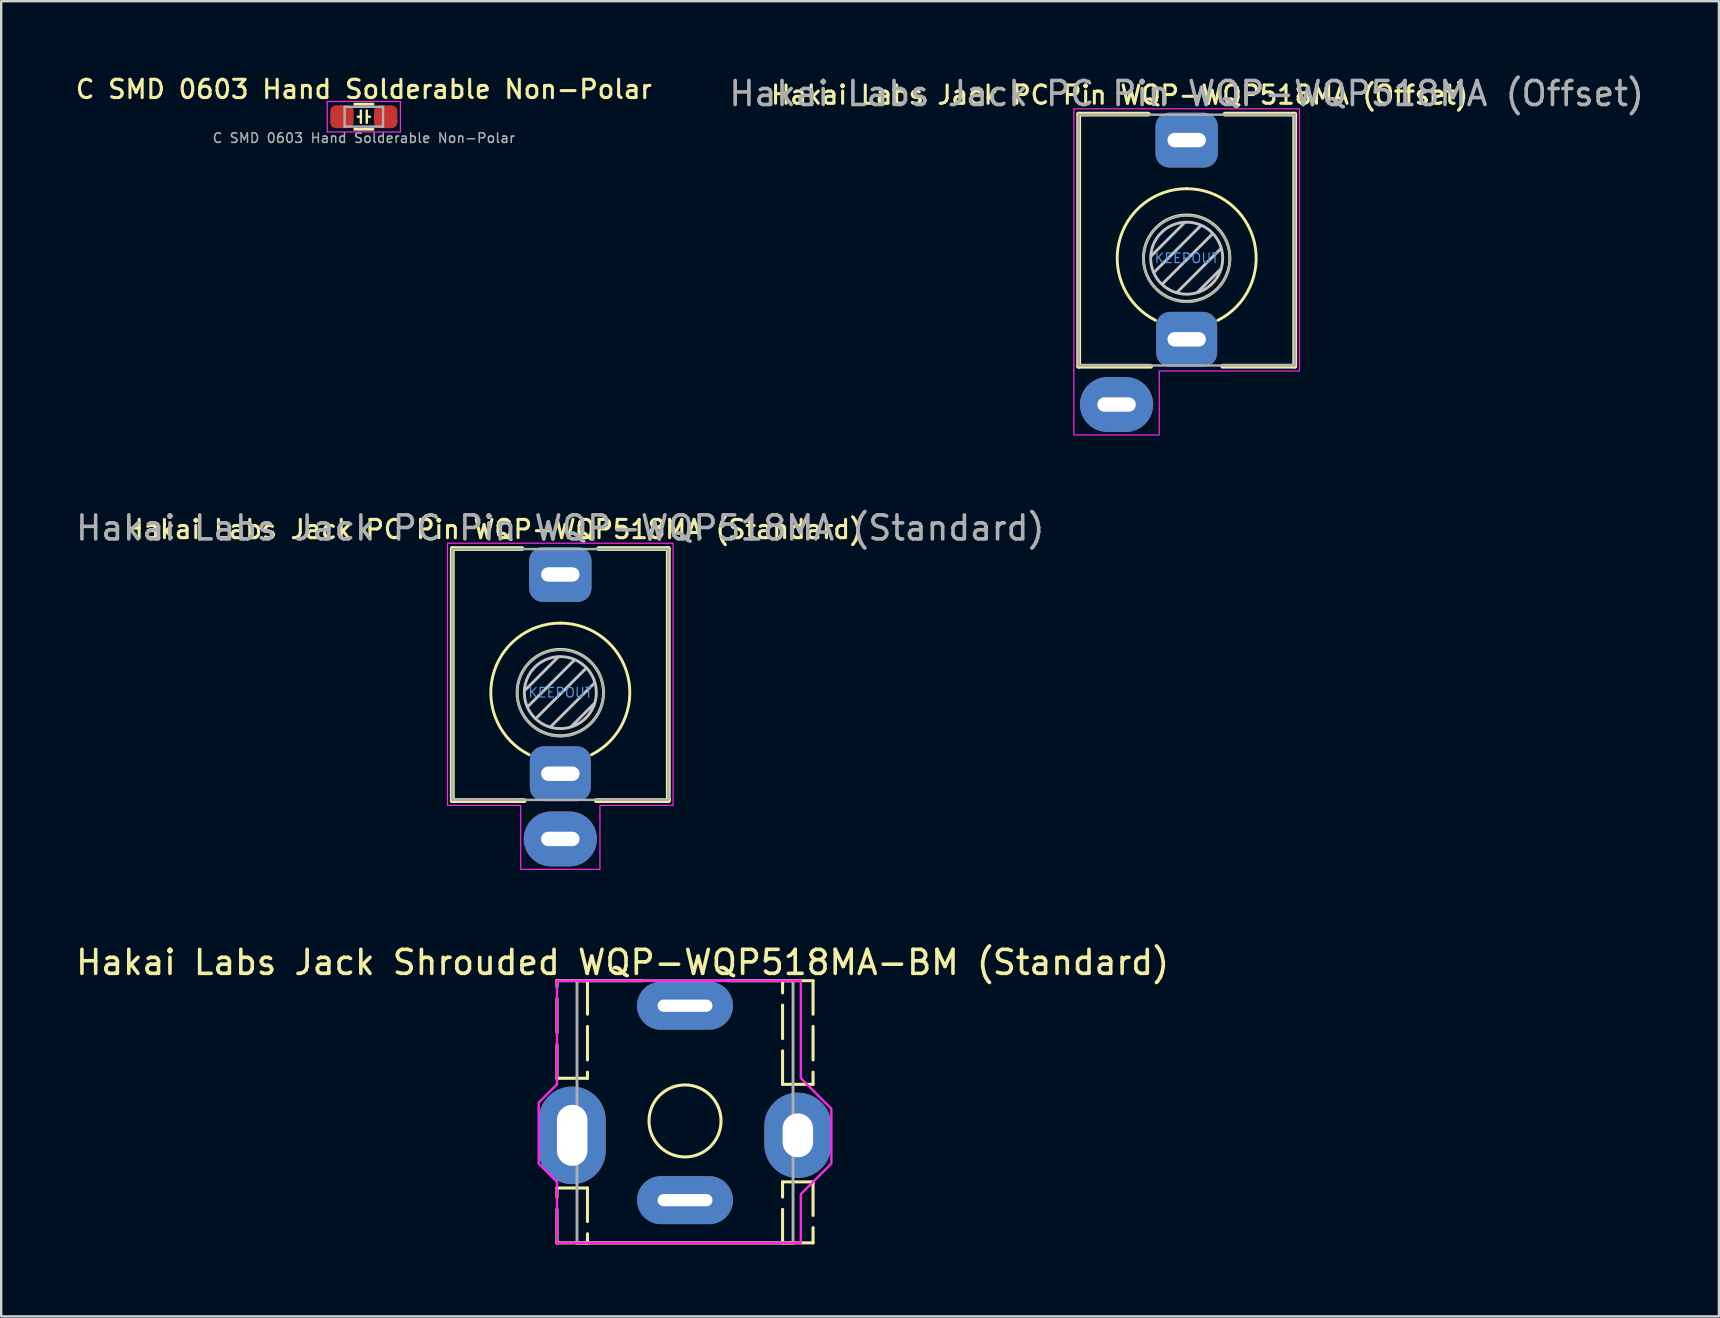
<source format=kicad_pcb>
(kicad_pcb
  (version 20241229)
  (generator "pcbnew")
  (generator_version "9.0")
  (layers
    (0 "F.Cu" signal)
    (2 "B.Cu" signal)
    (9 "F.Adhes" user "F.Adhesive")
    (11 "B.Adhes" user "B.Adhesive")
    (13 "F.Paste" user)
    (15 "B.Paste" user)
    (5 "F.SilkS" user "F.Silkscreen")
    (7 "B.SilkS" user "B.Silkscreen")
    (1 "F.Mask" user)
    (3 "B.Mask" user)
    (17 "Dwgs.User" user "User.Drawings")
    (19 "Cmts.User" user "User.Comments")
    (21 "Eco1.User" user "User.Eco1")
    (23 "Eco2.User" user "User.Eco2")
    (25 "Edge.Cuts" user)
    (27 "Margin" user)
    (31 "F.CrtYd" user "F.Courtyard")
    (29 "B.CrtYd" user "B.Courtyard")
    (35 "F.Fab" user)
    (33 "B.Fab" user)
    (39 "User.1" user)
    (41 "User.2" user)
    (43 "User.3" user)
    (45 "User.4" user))
  (footprint "C SMD 0603 Hand Solderable Non-Polar"
    (layer "F.Cu")
    (at 12.107 1.812)
    (property "Reference" "C SMD 0603 Hand Solderable Non-Polar" (at 0 -1.143 0) (layer "F.SilkS") (effects (font (size 0.762 0.762) (thickness 0.127))))
    (attr smd)
    (fp_line (start -0.381 -0.522) (end 0.381 -0.522) (stroke (width 0.12) (type solid)) (layer "F.SilkS"))
    (fp_line (start -0.381 0.522) (end 0.381 0.522) (stroke (width 0.12) (type solid)) (layer "F.SilkS"))
    (fp_line (start -0.124 -0.254) (end -0.124 0.254) (stroke (width 0.1) (type default)) (layer "F.SilkS"))
    (fp_line (start -0.124 0) (end -0.254 0) (stroke (width 0.1) (type default)) (layer "F.SilkS"))
    (fp_line (start 0.123 -0.255) (end 0.123 0.253) (stroke (width 0.1) (type default)) (layer "F.SilkS"))
    (fp_line (start 0.123 -0.001) (end 0.254 0) (stroke (width 0.1) (type default)) (layer "F.SilkS"))
    (fp_line (start -1.524 -0.635) (end 1.524 -0.635) (stroke (width 0.05) (type solid)) (layer "F.CrtYd"))
    (fp_line (start -1.524 0.635) (end -1.524 -0.635) (stroke (width 0.05) (type solid)) (layer "F.CrtYd"))
    (fp_line (start 1.524 -0.635) (end 1.524 0.635) (stroke (width 0.05) (type solid)) (layer "F.CrtYd"))
    (fp_line (start 1.524 0.635) (end -1.524 0.635) (stroke (width 0.05) (type solid)) (layer "F.CrtYd"))
    (fp_line (start -0.8 -0.412) (end 0.8 -0.412) (stroke (width 0.1) (type solid)) (layer "F.Fab"))
    (fp_line (start -0.8 0.412) (end -0.8 -0.412) (stroke (width 0.1) (type solid)) (layer "F.Fab"))
    (fp_line (start 0.8 -0.412) (end 0.8 0.412) (stroke (width 0.1) (type solid)) (layer "F.Fab"))
    (fp_line (start 0.8 0.412) (end -0.8 0.412) (stroke (width 0.1) (type solid)) (layer "F.Fab"))
    (fp_text user "${REFERENCE}" (at 0 0.889 0) (layer "F.Fab") (effects (font (size 0.4 0.4) (thickness 0.06))))
    (pad "1" smd roundrect (at -0.912 0) (size 0.975 0.95) (layers "F.Cu" "F.Mask" "F.Paste") (roundrect_rratio 0.25))
    (pad "2" smd roundrect (at 0.912 0) (size 0.975 0.95) (layers "F.Cu" "F.Mask" "F.Paste") (roundrect_rratio 0.25)))
  (footprint "Hakai Labs Jack PC Pin WQP-WQP518MA (Offset)"
    (layer "F.Cu")
    (at 46.386 7.706)
    (property "Reference" "Hakai Labs Jack PC Pin WQP-WQP518MA (Offset)" (at -2.794 -6.8 0) (layer "F.SilkS") (effects (font (size 0.762 0.762) (thickness 0.127) (bold yes))))
    (attr through_hole)
    (fp_line (start -4.5 -6) (end -1.6 -6) (stroke (width 0.2) (type solid)) (layer "F.SilkS"))
    (fp_line (start -4.5 4.5) (end -4.5 -6) (stroke (width 0.2) (type solid)) (layer "F.SilkS"))
    (fp_line (start -4.5 4.5) (end -1.5 4.5) (stroke (width 0.2) (type solid)) (layer "F.SilkS"))
    (fp_line (start 1.5 4.5) (end 4.5 4.5) (stroke (width 0.2) (type solid)) (layer "F.SilkS"))
    (fp_line (start 1.6 -6) (end 4.5 -6) (stroke (width 0.2) (type solid)) (layer "F.SilkS"))
    (fp_line (start 4.5 4.5) (end 4.5 -6) (stroke (width 0.2) (type solid)) (layer "F.SilkS"))
    (fp_arc (start -1.296263 2.588577) (mid -2.817353 -0.665994) (end 0 -2.895) (stroke (width 0.12) (type solid)) (layer "F.SilkS"))
    (fp_arc (start 0 -2.895) (mid 2.817353 -0.665994) (end 1.296263 2.588577) (stroke (width 0.12) (type solid)) (layer "F.SilkS"))
    (fp_circle (center 0 0) (end -1.8 0) (stroke (width 0.12) (type solid)) (fill no) (layer "F.SilkS"))
    (fp_line (start -0.09 -1.48) (end -1.48 -0.09) (stroke (width 0.12) (type solid)) (layer "Dwgs.User"))
    (fp_line (start 0.58 -1.35) (end -1.36 0.59) (stroke (width 0.12) (type solid)) (layer "Dwgs.User"))
    (fp_line (start 1.07 -1.01) (end -1.01 1.07) (stroke (width 0.12) (type solid)) (layer "Dwgs.User"))
    (fp_line (start 1.41 0.46) (end 0.46 1.41) (stroke (width 0.12) (type solid)) (layer "Dwgs.User"))
    (fp_line (start 1.42 -0.395) (end -0.4 1.42) (stroke (width 0.12) (type solid)) (layer "Dwgs.User"))
    (fp_circle (center 0 0) (end -1.5 0) (stroke (width 0.12) (type solid)) (fill no) (layer "Dwgs.User"))
    (fp_poly (pts (xy -4.699 -6.223) (xy 4.699 -6.223) (xy 4.699 4.699) (xy -1.143 4.699) (xy -1.143 7.366) (xy -4.699 7.366) (xy -4.699 4.699)) (stroke (width 0.05) (type solid)) (fill no) (layer "F.CrtYd"))
    (fp_line (start -4.5 -5.98) (end -4.5 4.42) (stroke (width 0.1) (type solid)) (layer "F.Fab"))
    (fp_line (start -4.5 -5.98) (end 4.5 -5.98) (stroke (width 0.1) (type solid)) (layer "F.Fab"))
    (fp_line (start -4.5 4.47) (end 4.5 4.47) (stroke (width 0.1) (type solid)) (layer "F.Fab"))
    (fp_line (start 4.5 -5.98) (end 4.5 4.42) (stroke (width 0.1) (type solid)) (layer "F.Fab"))
    (fp_circle (center 0 0.02) (end -1.8 0.02) (stroke (width 0.1) (type solid)) (fill no) (layer "F.Fab"))
    (fp_text user "KEEPOUT" (at 0 0 180) (layer "Cmts.User") (effects (font (size 0.4 0.4) (thickness 0.051))))
    (fp_text user "${REFERENCE}" (at 0 -6.858 0) (layer "F.Fab") (effects (font (size 1 1) (thickness 0.15))))
    (pad "1" thru_hole oval (at -2.921 6.096) (size 3.048 2.286) (drill oval 1.6 0.6) (layers "*.Cu" "*.Mask"))
    (pad "2" thru_hole roundrect (at 0 3.38) (size 2.54 2.286) (drill oval 1.6 0.6) (layers "*.Cu" "*.Mask") (roundrect_rratio 0.25))
    (pad "3" thru_hole roundrect (at 0 -4.92) (size 2.6 2.286) (drill oval 1.6 0.6) (layers "*.Cu" "*.Mask") (roundrect_rratio 0.25)))
  (footprint "Hakai Labs Jack PC Pin WQP-WQP518MA (Standard)"
    (layer "F.Cu")
    (at 20.292 25.803)
    (property "Reference" "Hakai Labs Jack PC Pin WQP-WQP518MA (Standard)" (at -2.794 -6.8 0) (layer "F.SilkS") (effects (font (size 0.762 0.762) (thickness 0.127) (bold yes))))
    (attr through_hole)
    (fp_line (start -4.5 -6) (end -1.6 -6) (stroke (width 0.2) (type solid)) (layer "F.SilkS"))
    (fp_line (start -4.5 4.5) (end -4.5 -6) (stroke (width 0.2) (type solid)) (layer "F.SilkS"))
    (fp_line (start -4.5 4.5) (end -1.5 4.5) (stroke (width 0.2) (type solid)) (layer "F.SilkS"))
    (fp_line (start 1.5 4.5) (end 4.5 4.5) (stroke (width 0.2) (type solid)) (layer "F.SilkS"))
    (fp_line (start 1.6 -6) (end 4.5 -6) (stroke (width 0.2) (type solid)) (layer "F.SilkS"))
    (fp_line (start 4.5 4.5) (end 4.5 -6) (stroke (width 0.2) (type solid)) (layer "F.SilkS"))
    (fp_arc (start -1.296263 2.588577) (mid -2.817353 -0.665994) (end 0 -2.895) (stroke (width 0.12) (type solid)) (layer "F.SilkS"))
    (fp_arc (start 0 -2.895) (mid 2.817353 -0.665994) (end 1.296263 2.588577) (stroke (width 0.12) (type solid)) (layer "F.SilkS"))
    (fp_circle (center 0 0) (end -1.8 0) (stroke (width 0.12) (type solid)) (fill no) (layer "F.SilkS"))
    (fp_line (start -0.09 -1.48) (end -1.48 -0.09) (stroke (width 0.12) (type solid)) (layer "Dwgs.User"))
    (fp_line (start 0.58 -1.35) (end -1.36 0.59) (stroke (width 0.12) (type solid)) (layer "Dwgs.User"))
    (fp_line (start 1.07 -1.01) (end -1.01 1.07) (stroke (width 0.12) (type solid)) (layer "Dwgs.User"))
    (fp_line (start 1.41 0.46) (end 0.46 1.41) (stroke (width 0.12) (type solid)) (layer "Dwgs.User"))
    (fp_line (start 1.42 -0.395) (end -0.4 1.42) (stroke (width 0.12) (type solid)) (layer "Dwgs.User"))
    (fp_circle (center 0 0) (end -1.5 0) (stroke (width 0.12) (type solid)) (fill no) (layer "Dwgs.User"))
    (fp_poly (pts (xy -4.699 -6.223) (xy 4.699 -6.223) (xy 4.699 4.699) (xy 1.651 4.699) (xy 1.651 7.366) (xy -1.651 7.366) (xy -1.651 4.699) (xy -4.699 4.699)) (stroke (width 0.05) (type solid)) (fill no) (layer "F.CrtYd"))
    (fp_line (start -4.5 -5.98) (end -4.5 4.42) (stroke (width 0.1) (type solid)) (layer "F.Fab"))
    (fp_line (start -4.5 -5.98) (end 4.5 -5.98) (stroke (width 0.1) (type solid)) (layer "F.Fab"))
    (fp_line (start -4.5 4.47) (end 4.5 4.47) (stroke (width 0.1) (type solid)) (layer "F.Fab"))
    (fp_line (start 4.5 -5.98) (end 4.5 4.42) (stroke (width 0.1) (type solid)) (layer "F.Fab"))
    (fp_circle (center 0 0.02) (end -1.8 0.02) (stroke (width 0.1) (type solid)) (fill no) (layer "F.Fab"))
    (fp_text user "KEEPOUT" (at 0 0 180) (layer "Cmts.User") (effects (font (size 0.4 0.4) (thickness 0.051))))
    (fp_text user "${REFERENCE}" (at 0 -6.858 0) (layer "F.Fab") (effects (font (size 1 1) (thickness 0.15))))
    (pad "1" thru_hole oval (at 0 6.096) (size 3.048 2.286) (drill oval 1.6 0.6) (layers "*.Cu" "*.Mask"))
    (pad "2" thru_hole roundrect (at 0 3.38) (size 2.54 2.286) (drill oval 1.6 0.6) (layers "*.Cu" "*.Mask") (roundrect_rratio 0.25))
    (pad "3" thru_hole roundrect (at 0 -4.92) (size 2.6 2.286) (drill oval 1.6 0.6) (layers "*.Cu" "*.Mask") (roundrect_rratio 0.25)))
  (footprint "Hakai Labs Jack Shrouded WQP-WQP518MA-BM (Standard)"
    (layer "F.Cu")
    (at 25.487 43.647)
    (property "Reference" "Hakai Labs Jack Shrouded WQP-WQP518MA-BM (Standard)" (at -2.6 -6.604 0) (layer "F.SilkS") (effects (font (size 1 1) (thickness 0.15))))
    (attr through_hole)
    (fp_line (start -4.5 -5.842) (end -1.778 -5.842) (stroke (width 0.127) (type solid)) (layer "F.SilkS"))
    (fp_line (start -4.5 5.08) (end 4.5 5.08) (stroke (width 0.127) (type solid)) (layer "F.SilkS"))
    (fp_line (start 4.5 -5.842) (end 1.778 -5.842) (stroke (width 0.127) (type solid)) (layer "F.SilkS"))
    (fp_rect (start -5.334 -5.842) (end -4.064 -1.778) (stroke (width 0.127) (type dash)) (fill no) (layer "F.SilkS"))
    (fp_rect (start -5.334 2.794) (end -4.064 5.08) (stroke (width 0.127) (type dash)) (fill no) (layer "F.SilkS"))
    (fp_rect (start 4.064 -5.842) (end 5.334 -1.524) (stroke (width 0.127) (type dash)) (fill no) (layer "F.SilkS"))
    (fp_rect (start 4.064 2.54) (end 5.334 5.08) (stroke (width 0.127) (type dash)) (fill no) (layer "F.SilkS"))
    (fp_circle (center 0 0) (end 1.5 0) (stroke (width 0.127) (type solid)) (fill no) (layer "F.SilkS"))
    (fp_poly (pts (xy -5.334 -5.842) (xy -5.334 -1.524) (xy -6.096 -0.762) (xy -6.096 1.778) (xy -5.334 2.54) (xy -5.334 5.08) (xy 4.826 5.08) (xy 4.826 3.048) (xy 6.096 1.778) (xy 6.096 -0.508) (xy 4.826 -1.778) (xy 4.826 -5.842)) (stroke (width 0.1) (type solid)) (fill no) (layer "F.CrtYd"))
    (fp_line (start -4.5 -5.842) (end 4.5 -5.842) (stroke (width 0.12) (type solid)) (layer "F.Fab"))
    (fp_line (start -4.5 5.08) (end -4.5 -5.842) (stroke (width 0.12) (type solid)) (layer "F.Fab"))
    (fp_line (start 4.5 -5.842) (end 4.5 5.08) (stroke (width 0.12) (type solid)) (layer "F.Fab"))
    (fp_line (start 4.5 5.08) (end -4.5 5.08) (stroke (width 0.12) (type solid)) (layer "F.Fab"))
    (pad "1" thru_hole oval (at -4.7 0.6 90) (size 4.064 2.794) (drill oval 2.54 1.27) (layers "*.Cu" "*.Mask"))
    (pad "1" thru_hole oval (at 4.7 0.6 90) (size 3.556 2.794) (drill oval 1.829 1.27) (layers "*.Cu" "*.Mask"))
    (pad "2" thru_hole oval (at 0 3.3) (size 4 2) (drill oval 2.286 0.508) (layers "*.Cu" "*.Mask"))
    (pad "3" thru_hole oval (at 0 -4.8) (size 4 2) (drill oval 2.286 0.508) (layers "*.Cu" "*.Mask"))
    (zone (net_name "") (layer "F.Cu") (name "Top Keepout 2") (hatch edge 0.5) (connect_pads) (min_thickness 0.25) (filled_areas_thickness no) (keepout (tracks not_allowed) (vias not_allowed) (pads not_allowed) (copperpour allowed) (footprints allowed)) (placement (enabled no)) (fill) (polygon (pts (xy 20.153 37.805) (xy 21.423 37.805) (xy 21.423 42.123) (xy 20.153 42.123))))
    (zone (net_name "") (layer "F.Cu") (name "Top Keepout 2") (hatch edge 0.5) (connect_pads) (min_thickness 0.25) (filled_areas_thickness no) (keepout (tracks not_allowed) (vias not_allowed) (pads not_allowed) (copperpour allowed) (footprints allowed)) (placement (enabled no)) (fill) (polygon (pts (xy 20.153 46.441) (xy 21.423 46.441) (xy 21.423 48.727) (xy 20.153 48.727))))
    (zone (net_name "") (layer "F.Cu") (name "Top Keepout 2") (hatch edge 0.5) (connect_pads) (min_thickness 0.25) (filled_areas_thickness no) (keepout (tracks not_allowed) (vias not_allowed) (pads not_allowed) (copperpour allowed) (footprints allowed)) (placement (enabled no)) (fill) (polygon (pts (xy 29.551 37.805) (xy 30.821 37.805) (xy 30.821 42.377) (xy 29.551 42.377))))
    (zone (net_name "") (layer "F.Cu") (name "Top Keepout 2") (hatch edge 0.5) (connect_pads) (min_thickness 0.25) (filled_areas_thickness no) (keepout (tracks not_allowed) (vias not_allowed) (pads not_allowed) (copperpour allowed) (footprints allowed)) (placement (enabled no)) (fill) (polygon (pts (xy 29.551 46.187) (xy 30.821 46.187) (xy 30.821 48.727) (xy 29.551 48.727))))
    (zone (net_name "") (layer "F.Cu") (name "Top Copper Keepout") (hatch edge 0.5) (connect_pads) (min_thickness 0.25) (filled_areas_thickness no) (keepout (tracks not_allowed) (vias not_allowed) (pads not_allowed) (copperpour not_allowed) (footprints allowed)) (placement (enabled no)) (fill) (polygon (pts (xy 24.979 42.123) (xy 23.963 43.139) (xy 23.963 44.155) (xy 24.979 45.171) (xy 25.995 45.171) (xy 27.011 44.155) (xy 27.011 43.139) (xy 25.995 42.123)))))
  (gr_rect
    (start -3 -3)
    (end 68.559 51.79)
    (stroke (width 0.1) (type default))
    (fill no)
    (layer "Edge.Cuts")))
</source>
